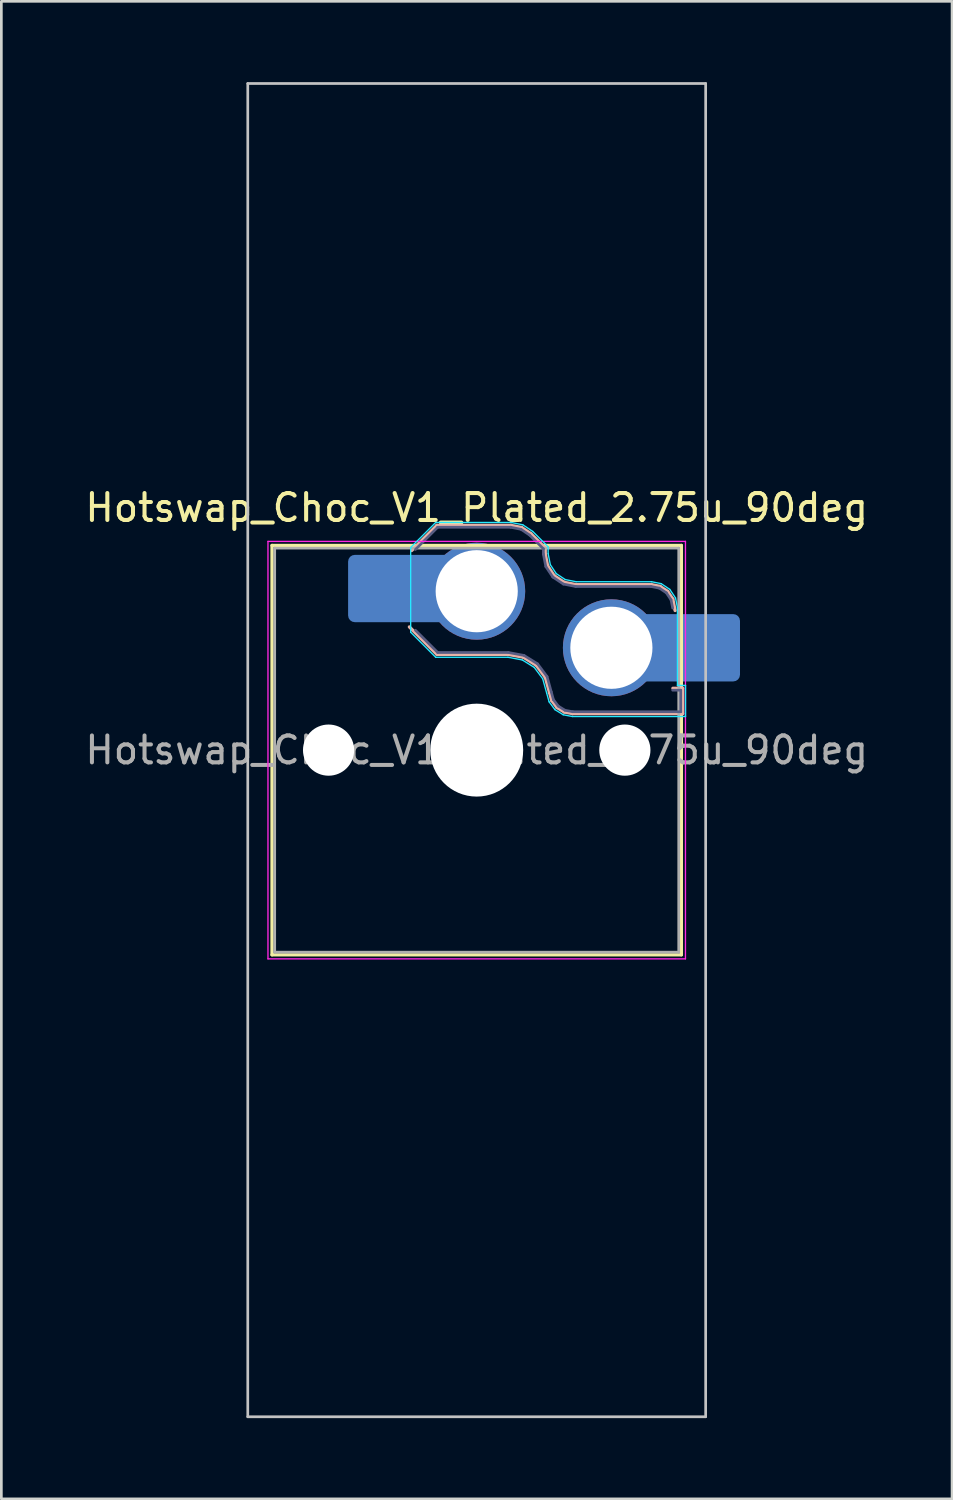
<source format=kicad_pcb>
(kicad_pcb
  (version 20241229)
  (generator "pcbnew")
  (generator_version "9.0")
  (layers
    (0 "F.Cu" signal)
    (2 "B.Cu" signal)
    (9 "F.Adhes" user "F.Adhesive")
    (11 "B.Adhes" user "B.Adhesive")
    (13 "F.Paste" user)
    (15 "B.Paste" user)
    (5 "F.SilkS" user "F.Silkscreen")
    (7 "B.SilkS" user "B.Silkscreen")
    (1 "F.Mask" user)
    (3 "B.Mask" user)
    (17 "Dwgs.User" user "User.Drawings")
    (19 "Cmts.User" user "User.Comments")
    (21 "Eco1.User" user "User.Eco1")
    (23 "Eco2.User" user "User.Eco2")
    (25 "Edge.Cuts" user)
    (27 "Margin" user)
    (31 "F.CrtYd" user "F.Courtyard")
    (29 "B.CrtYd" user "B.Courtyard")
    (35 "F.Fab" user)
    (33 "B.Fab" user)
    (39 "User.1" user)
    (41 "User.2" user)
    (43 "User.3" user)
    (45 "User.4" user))
  (footprint "Hotswap_Choc_V1_Plated_2.75u_90deg"
    (layer "F.Cu")
    (at 14.649 24.8)
    (property "Reference" "Hotswap_Choc_V1_Plated_2.75u_90deg" (at 0 -9 0) (layer "F.SilkS") (effects (font (size 1 1) (thickness 0.15))))
    (attr smd)
    (fp_line (start -7.6 -7.6) (end -7.6 7.6) (stroke (width 0.12) (type solid)) (layer "F.SilkS"))
    (fp_line (start -7.6 7.6) (end 7.6 7.6) (stroke (width 0.12) (type solid)) (layer "F.SilkS"))
    (fp_line (start 7.6 -7.6) (end -7.6 -7.6) (stroke (width 0.12) (type solid)) (layer "F.SilkS"))
    (fp_line (start 7.6 7.6) (end 7.6 -7.6) (stroke (width 0.12) (type solid)) (layer "F.SilkS"))
    (fp_line (start -2.416 -7.409) (end -1.479 -8.346) (stroke (width 0.12) (type solid)) (layer "B.SilkS"))
    (fp_line (start -1.479 -8.346) (end 1.268 -8.346) (stroke (width 0.12) (type solid)) (layer "B.SilkS"))
    (fp_line (start -1.479 -3.554) (end -2.5 -4.575) (stroke (width 0.12) (type solid)) (layer "B.SilkS"))
    (fp_line (start 1.168 -3.554) (end -1.479 -3.554) (stroke (width 0.12) (type solid)) (layer "B.SilkS"))
    (fp_line (start 1.268 -8.346) (end 1.671 -8.266) (stroke (width 0.12) (type solid)) (layer "B.SilkS"))
    (fp_line (start 1.671 -8.266) (end 2.013 -8.037) (stroke (width 0.12) (type solid)) (layer "B.SilkS"))
    (fp_line (start 1.73 -3.449) (end 1.168 -3.554) (stroke (width 0.12) (type solid)) (layer "B.SilkS"))
    (fp_line (start 2.013 -8.037) (end 2.546 -7.504) (stroke (width 0.12) (type solid)) (layer "B.SilkS"))
    (fp_line (start 2.209 -3.15) (end 1.73 -3.449) (stroke (width 0.12) (type solid)) (layer "B.SilkS"))
    (fp_line (start 2.546 -7.504) (end 2.546 -7.282) (stroke (width 0.12) (type solid)) (layer "B.SilkS"))
    (fp_line (start 2.546 -7.282) (end 2.633 -6.844) (stroke (width 0.12) (type solid)) (layer "B.SilkS"))
    (fp_line (start 2.547 -2.697) (end 2.209 -3.15) (stroke (width 0.12) (type solid)) (layer "B.SilkS"))
    (fp_line (start 2.633 -6.844) (end 2.877 -6.477) (stroke (width 0.12) (type solid)) (layer "B.SilkS"))
    (fp_line (start 2.701 -2.139) (end 2.547 -2.697) (stroke (width 0.12) (type solid)) (layer "B.SilkS"))
    (fp_line (start 2.783 -1.841) (end 2.701 -2.139) (stroke (width 0.12) (type solid)) (layer "B.SilkS"))
    (fp_line (start 2.877 -6.477) (end 3.244 -6.233) (stroke (width 0.12) (type solid)) (layer "B.SilkS"))
    (fp_line (start 2.976 -1.583) (end 2.783 -1.841) (stroke (width 0.12) (type solid)) (layer "B.SilkS"))
    (fp_line (start 3.244 -6.233) (end 3.682 -6.146) (stroke (width 0.12) (type solid)) (layer "B.SilkS"))
    (fp_line (start 3.25 -1.413) (end 2.976 -1.583) (stroke (width 0.12) (type solid)) (layer "B.SilkS"))
    (fp_line (start 3.56 -1.354) (end 3.25 -1.413) (stroke (width 0.12) (type solid)) (layer "B.SilkS"))
    (fp_line (start 3.682 -6.146) (end 6.482 -6.146) (stroke (width 0.12) (type solid)) (layer "B.SilkS"))
    (fp_line (start 6.482 -6.146) (end 6.809 -6.081) (stroke (width 0.12) (type solid)) (layer "B.SilkS"))
    (fp_line (start 6.809 -6.081) (end 7.092 -5.892) (stroke (width 0.12) (type solid)) (layer "B.SilkS"))
    (fp_line (start 7.092 -5.892) (end 7.281 -5.609) (stroke (width 0.12) (type solid)) (layer "B.SilkS"))
    (fp_line (start 7.281 -5.609) (end 7.366 -5.182) (stroke (width 0.12) (type solid)) (layer "B.SilkS"))
    (fp_line (start 7.283 -2.296) (end 7.646 -2.296) (stroke (width 0.12) (type solid)) (layer "B.SilkS"))
    (fp_line (start 7.646 -2.296) (end 7.646 -1.354) (stroke (width 0.12) (type solid)) (layer "B.SilkS"))
    (fp_line (start 7.646 -1.354) (end 3.56 -1.354) (stroke (width 0.12) (type solid)) (layer "B.SilkS"))
    (fp_line (start -8.5 -24.75) (end 8.5 -24.75) (stroke (width 0.1) (type solid)) (layer "Dwgs.User"))
    (fp_line (start -8.5 24.75) (end -8.5 -24.75) (stroke (width 0.1) (type solid)) (layer "Dwgs.User"))
    (fp_line (start 8.5 -24.75) (end 8.5 24.75) (stroke (width 0.1) (type solid)) (layer "Dwgs.User"))
    (fp_line (start 8.5 24.75) (end -8.5 24.75) (stroke (width 0.1) (type solid)) (layer "Dwgs.User"))
    (fp_line (start -7.25 -7.25) (end -7.25 7.25) (stroke (width 0.1) (type solid)) (layer "Eco1.User"))
    (fp_line (start -7.25 7.25) (end 7.25 7.25) (stroke (width 0.1) (type solid)) (layer "Eco1.User"))
    (fp_line (start 7.25 -7.25) (end -7.25 -7.25) (stroke (width 0.1) (type solid)) (layer "Eco1.User"))
    (fp_line (start 7.25 7.25) (end 7.25 -7.25) (stroke (width 0.1) (type solid)) (layer "Eco1.User"))
    (fp_line (start -2.452 -7.523) (end -1.523 -8.452) (stroke (width 0.05) (type solid)) (layer "B.CrtYd"))
    (fp_line (start -2.452 -4.377) (end -2.452 -7.523) (stroke (width 0.05) (type solid)) (layer "B.CrtYd"))
    (fp_line (start -1.523 -8.452) (end 1.278 -8.452) (stroke (width 0.05) (type solid)) (layer "B.CrtYd"))
    (fp_line (start -1.523 -3.448) (end -2.452 -4.377) (stroke (width 0.05) (type solid)) (layer "B.CrtYd"))
    (fp_line (start 1.159 -3.448) (end -1.523 -3.448) (stroke (width 0.05) (type solid)) (layer "B.CrtYd"))
    (fp_line (start 1.278 -8.452) (end 1.712 -8.366) (stroke (width 0.05) (type solid)) (layer "B.CrtYd"))
    (fp_line (start 1.691 -3.348) (end 1.159 -3.448) (stroke (width 0.05) (type solid)) (layer "B.CrtYd"))
    (fp_line (start 1.712 -8.366) (end 2.081 -8.119) (stroke (width 0.05) (type solid)) (layer "B.CrtYd"))
    (fp_line (start 2.081 -8.119) (end 2.652 -7.548) (stroke (width 0.05) (type solid)) (layer "B.CrtYd"))
    (fp_line (start 2.136 -3.071) (end 1.691 -3.348) (stroke (width 0.05) (type solid)) (layer "B.CrtYd"))
    (fp_line (start 2.45 -2.65) (end 2.136 -3.071) (stroke (width 0.05) (type solid)) (layer "B.CrtYd"))
    (fp_line (start 2.599 -2.111) (end 2.45 -2.65) (stroke (width 0.05) (type solid)) (layer "B.CrtYd"))
    (fp_line (start 2.652 -7.548) (end 2.652 -7.292) (stroke (width 0.05) (type solid)) (layer "B.CrtYd"))
    (fp_line (start 2.652 -7.292) (end 2.733 -6.885) (stroke (width 0.05) (type solid)) (layer "B.CrtYd"))
    (fp_line (start 2.687 -1.794) (end 2.599 -2.111) (stroke (width 0.05) (type solid)) (layer "B.CrtYd"))
    (fp_line (start 2.733 -6.885) (end 2.953 -6.553) (stroke (width 0.05) (type solid)) (layer "B.CrtYd"))
    (fp_line (start 2.903 -1.503) (end 2.687 -1.794) (stroke (width 0.05) (type solid)) (layer "B.CrtYd"))
    (fp_line (start 2.953 -6.553) (end 3.285 -6.333) (stroke (width 0.05) (type solid)) (layer "B.CrtYd"))
    (fp_line (start 3.211 -1.312) (end 2.903 -1.503) (stroke (width 0.05) (type solid)) (layer "B.CrtYd"))
    (fp_line (start 3.285 -6.333) (end 3.692 -6.252) (stroke (width 0.05) (type solid)) (layer "B.CrtYd"))
    (fp_line (start 3.55 -1.248) (end 3.211 -1.312) (stroke (width 0.05) (type solid)) (layer "B.CrtYd"))
    (fp_line (start 3.692 -6.252) (end 6.492 -6.252) (stroke (width 0.05) (type solid)) (layer "B.CrtYd"))
    (fp_line (start 6.492 -6.252) (end 6.85 -6.181) (stroke (width 0.05) (type solid)) (layer "B.CrtYd"))
    (fp_line (start 6.85 -6.181) (end 7.168 -5.968) (stroke (width 0.05) (type solid)) (layer "B.CrtYd"))
    (fp_line (start 7.168 -5.968) (end 7.381 -5.65) (stroke (width 0.05) (type solid)) (layer "B.CrtYd"))
    (fp_line (start 7.381 -5.65) (end 7.452 -5.292) (stroke (width 0.05) (type solid)) (layer "B.CrtYd"))
    (fp_line (start 7.452 -5.292) (end 7.452 -2.402) (stroke (width 0.05) (type solid)) (layer "B.CrtYd"))
    (fp_line (start 7.452 -2.402) (end 7.752 -2.402) (stroke (width 0.05) (type solid)) (layer "B.CrtYd"))
    (fp_line (start 7.752 -2.402) (end 7.752 -1.248) (stroke (width 0.05) (type solid)) (layer "B.CrtYd"))
    (fp_line (start 7.752 -1.248) (end 3.55 -1.248) (stroke (width 0.05) (type solid)) (layer "B.CrtYd"))
    (fp_line (start -7.75 -7.75) (end -7.75 7.75) (stroke (width 0.05) (type solid)) (layer "F.CrtYd"))
    (fp_line (start -7.75 7.75) (end 7.75 7.75) (stroke (width 0.05) (type solid)) (layer "F.CrtYd"))
    (fp_line (start 7.75 -7.75) (end -7.75 -7.75) (stroke (width 0.05) (type solid)) (layer "F.CrtYd"))
    (fp_line (start 7.75 7.75) (end 7.75 -7.75) (stroke (width 0.05) (type solid)) (layer "F.CrtYd"))
    (fp_line (start -2.275 -7.45) (end -1.45 -8.275) (stroke (width 0.1) (type solid)) (layer "B.Fab"))
    (fp_line (start -1.45 -8.275) (end 1.261 -8.275) (stroke (width 0.1) (type solid)) (layer "B.Fab"))
    (fp_line (start -1.45 -3.625) (end -2.275 -4.45) (stroke (width 0.1) (type solid)) (layer "B.Fab"))
    (fp_line (start 1.175 -3.625) (end -1.45 -3.625) (stroke (width 0.1) (type solid)) (layer "B.Fab"))
    (fp_line (start 1.261 -8.275) (end 1.643 -8.199) (stroke (width 0.1) (type solid)) (layer "B.Fab"))
    (fp_line (start 1.643 -8.199) (end 1.968 -7.982) (stroke (width 0.1) (type solid)) (layer "B.Fab"))
    (fp_line (start 1.756 -3.516) (end 1.175 -3.625) (stroke (width 0.1) (type solid)) (layer "B.Fab"))
    (fp_line (start 1.968 -7.982) (end 2.475 -7.475) (stroke (width 0.1) (type solid)) (layer "B.Fab"))
    (fp_line (start 2.258 -3.203) (end 1.756 -3.516) (stroke (width 0.1) (type solid)) (layer "B.Fab"))
    (fp_line (start 2.475 -7.475) (end 2.475 -7.275) (stroke (width 0.1) (type solid)) (layer "B.Fab"))
    (fp_line (start 2.475 -7.275) (end 2.566 -6.816) (stroke (width 0.1) (type solid)) (layer "B.Fab"))
    (fp_line (start 2.566 -6.816) (end 2.826 -6.426) (stroke (width 0.1) (type solid)) (layer "B.Fab"))
    (fp_line (start 2.612 -2.729) (end 2.258 -3.203) (stroke (width 0.1) (type solid)) (layer "B.Fab"))
    (fp_line (start 2.769 -2.158) (end 2.612 -2.729) (stroke (width 0.1) (type solid)) (layer "B.Fab"))
    (fp_line (start 2.826 -6.426) (end 3.216 -6.166) (stroke (width 0.1) (type solid)) (layer "B.Fab"))
    (fp_line (start 2.848 -1.873) (end 2.769 -2.158) (stroke (width 0.1) (type solid)) (layer "B.Fab"))
    (fp_line (start 3.025 -1.636) (end 2.848 -1.873) (stroke (width 0.1) (type solid)) (layer "B.Fab"))
    (fp_line (start 3.216 -6.166) (end 3.675 -6.075) (stroke (width 0.1) (type solid)) (layer "B.Fab"))
    (fp_line (start 3.276 -1.48) (end 3.025 -1.636) (stroke (width 0.1) (type solid)) (layer "B.Fab"))
    (fp_line (start 3.567 -1.425) (end 3.276 -1.48) (stroke (width 0.1) (type solid)) (layer "B.Fab"))
    (fp_line (start 3.675 -6.075) (end 6.475 -6.075) (stroke (width 0.1) (type solid)) (layer "B.Fab"))
    (fp_line (start 6.475 -6.075) (end 6.781 -6.014) (stroke (width 0.1) (type solid)) (layer "B.Fab"))
    (fp_line (start 6.781 -6.014) (end 7.041 -5.841) (stroke (width 0.1) (type solid)) (layer "B.Fab"))
    (fp_line (start 7.041 -5.841) (end 7.214 -5.581) (stroke (width 0.1) (type solid)) (layer "B.Fab"))
    (fp_line (start 7.214 -5.581) (end 7.275 -5.275) (stroke (width 0.1) (type solid)) (layer "B.Fab"))
    (fp_line (start 7.275 -2.225) (end 7.575 -2.225) (stroke (width 0.1) (type solid)) (layer "B.Fab"))
    (fp_line (start 7.575 -2.225) (end 7.575 -1.425) (stroke (width 0.1) (type solid)) (layer "B.Fab"))
    (fp_line (start 7.575 -1.425) (end 3.567 -1.425) (stroke (width 0.1) (type solid)) (layer "B.Fab"))
    (fp_line (start -7.5 -7.5) (end -7.5 7.5) (stroke (width 0.1) (type solid)) (layer "F.Fab"))
    (fp_line (start -7.5 7.5) (end 7.5 7.5) (stroke (width 0.1) (type solid)) (layer "F.Fab"))
    (fp_line (start 7.5 -7.5) (end -7.5 -7.5) (stroke (width 0.1) (type solid)) (layer "F.Fab"))
    (fp_line (start 7.5 7.5) (end 7.5 -7.5) (stroke (width 0.1) (type solid)) (layer "F.Fab"))
    (fp_text user "${REFERENCE}" (at 0 0 0) (layer "F.Fab") (effects (font (size 1 1) (thickness 0.15))))
    (pad "" np_thru_hole circle (at -5.5 0) (size 1.9 1.9) (drill 1.9) (layers "*.Cu" "*.Mask"))
    (pad "" smd roundrect (at -3.5 -6) (size 2.55 2.5) (layers "B.Mask" "B.Paste") (roundrect_rratio 0.1))
    (pad "" np_thru_hole circle (at 0 0) (size 3.45 3.45) (drill 3.45) (layers "*.Cu" "*.Mask"))
    (pad "" np_thru_hole circle (at 5.5 0) (size 1.9 1.9) (drill 1.9) (layers "*.Cu" "*.Mask"))
    (pad "" smd roundrect (at 8.5 -3.8) (size 2.55 2.5) (layers "B.Mask" "B.Paste") (roundrect_rratio 0.1))
    (pad "1" smd roundrect (at -2.85 -6) (size 3.85 2.5) (layers "B.Cu") (roundrect_rratio 0.1))
    (pad "1" thru_hole circle (at 0 -5.9) (size 3.6 3.6) (drill 3.05) (layers "*.Cu" "*.Mask"))
    (pad "2" thru_hole circle (at 5 -3.8) (size 3.6 3.6) (drill 3.05) (layers "*.Cu" "*.Mask"))
    (pad "2" smd roundrect (at 7.85 -3.8) (size 3.85 2.5) (layers "B.Cu") (roundrect_rratio 0.1)))
  (gr_rect
    (start -3 -3)
    (end 32.298 52.6)
    (stroke (width 0.1) (type default))
    (fill no)
    (layer "Edge.Cuts")))
</source>
